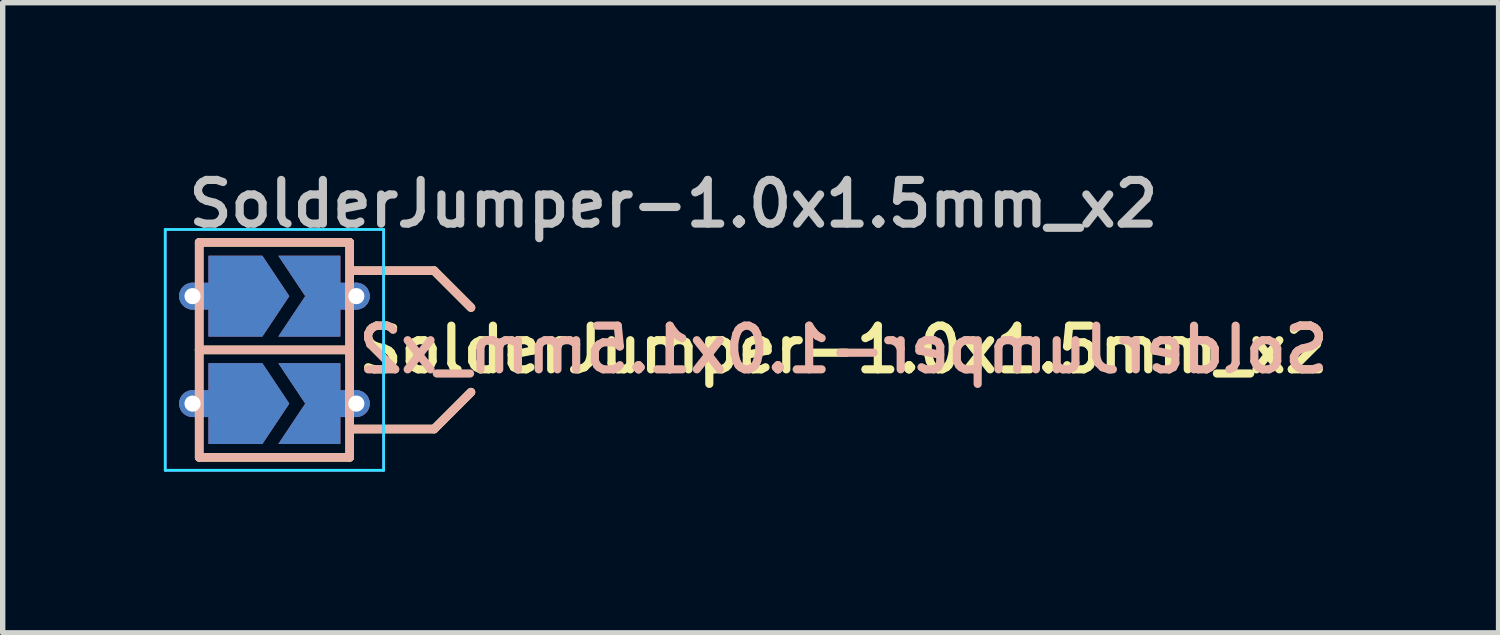
<source format=kicad_pcb>
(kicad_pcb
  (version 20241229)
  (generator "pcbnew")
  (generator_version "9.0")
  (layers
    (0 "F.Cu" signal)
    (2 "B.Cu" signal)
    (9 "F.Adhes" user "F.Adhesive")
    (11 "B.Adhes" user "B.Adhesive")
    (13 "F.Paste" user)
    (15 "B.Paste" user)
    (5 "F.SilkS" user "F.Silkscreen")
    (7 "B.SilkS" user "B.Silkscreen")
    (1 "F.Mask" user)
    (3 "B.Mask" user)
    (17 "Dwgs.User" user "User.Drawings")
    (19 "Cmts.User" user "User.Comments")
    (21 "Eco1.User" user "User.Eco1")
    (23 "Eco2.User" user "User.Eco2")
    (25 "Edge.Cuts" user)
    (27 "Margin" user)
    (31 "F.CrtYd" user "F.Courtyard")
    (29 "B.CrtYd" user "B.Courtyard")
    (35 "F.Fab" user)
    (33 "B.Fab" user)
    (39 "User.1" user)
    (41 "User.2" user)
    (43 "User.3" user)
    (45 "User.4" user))
  (footprint "SolderJumper-1.0x1.5mm_x2"
    (layer "F.Cu")
    (at 2.057 3.461)
    (property "Reference" "SolderJumper-1.0x1.5mm_x2" (at -1.676 -2.718 0) (layer "Dwgs.User") (effects (font (size 0.813 0.813) (thickness 0.152)) (justify left)))
    (property "Value" "SolderJumper-1.0x1.5mm_x2" (at 0 0 0) (layer "F.Fab") (hide yes) (effects (font (size 0.813 0.813) (thickness 0.152))))
    (attr exclude_from_pos_files exclude_from_bom)
    (fp_line (start -1.4 -2) (end 1.4 -2) (stroke (width 0.16) (type solid)) (layer "F.SilkS"))
    (fp_line (start -1.4 0) (end -1.4 -2) (stroke (width 0.16) (type solid)) (layer "F.SilkS"))
    (fp_line (start -1.4 0) (end 1.4 0) (stroke (width 0.16) (type solid)) (layer "F.SilkS"))
    (fp_line (start -1.4 2) (end -1.4 0) (stroke (width 0.16) (type solid)) (layer "F.SilkS"))
    (fp_line (start 1.4 -2) (end 1.4 0) (stroke (width 0.16) (type solid)) (layer "F.SilkS"))
    (fp_line (start 1.4 0) (end 1.4 2) (stroke (width 0.16) (type solid)) (layer "F.SilkS"))
    (fp_line (start 1.4 2) (end -1.4 2) (stroke (width 0.16) (type solid)) (layer "F.SilkS"))
    (fp_line (start 1.422 -1.473) (end 2.972 -1.473) (stroke (width 0.16) (type solid)) (layer "F.SilkS"))
    (fp_line (start 1.422 1.473) (end 2.972 1.473) (stroke (width 0.16) (type solid)) (layer "F.SilkS"))
    (fp_line (start 2.972 -1.473) (end 3.658 -0.787) (stroke (width 0.16) (type solid)) (layer "F.SilkS"))
    (fp_line (start 2.972 1.473) (end 3.658 0.787) (stroke (width 0.16) (type solid)) (layer "F.SilkS"))
    (fp_line (start -1.4 -2) (end 1.4 -2) (stroke (width 0.16) (type solid)) (layer "B.SilkS"))
    (fp_line (start -1.4 0) (end -1.4 -2) (stroke (width 0.16) (type solid)) (layer "B.SilkS"))
    (fp_line (start -1.4 0) (end 1.4 0) (stroke (width 0.16) (type solid)) (layer "B.SilkS"))
    (fp_line (start -1.4 2) (end -1.4 0) (stroke (width 0.16) (type solid)) (layer "B.SilkS"))
    (fp_line (start 1.4 -2) (end 1.4 0) (stroke (width 0.16) (type solid)) (layer "B.SilkS"))
    (fp_line (start 1.4 0) (end 1.4 2) (stroke (width 0.16) (type solid)) (layer "B.SilkS"))
    (fp_line (start 1.4 2) (end -1.4 2) (stroke (width 0.16) (type solid)) (layer "B.SilkS"))
    (fp_line (start 1.422 -1.473) (end 2.972 -1.473) (stroke (width 0.16) (type solid)) (layer "B.SilkS"))
    (fp_line (start 1.422 1.473) (end 2.972 1.473) (stroke (width 0.16) (type solid)) (layer "B.SilkS"))
    (fp_line (start 2.972 -1.473) (end 3.658 -0.787) (stroke (width 0.16) (type solid)) (layer "B.SilkS"))
    (fp_line (start 2.972 1.473) (end 3.658 0.787) (stroke (width 0.16) (type solid)) (layer "B.SilkS"))
    (fp_line (start -2.032 -2.241) (end -2.032 2.241) (stroke (width 0.05) (type solid)) (layer "B.CrtYd"))
    (fp_line (start -2.032 -2.241) (end 2.032 -2.241) (stroke (width 0.05) (type solid)) (layer "B.CrtYd"))
    (fp_line (start 2.032 2.241) (end -2.032 2.241) (stroke (width 0.05) (type solid)) (layer "B.CrtYd"))
    (fp_line (start 2.032 2.241) (end 2.032 -2.241) (stroke (width 0.05) (type solid)) (layer "B.CrtYd"))
    (fp_line (start -2.032 -2.241) (end -2.032 2.241) (stroke (width 0.05) (type solid)) (layer "F.CrtYd"))
    (fp_line (start -2.032 -2.241) (end 2.032 -2.241) (stroke (width 0.05) (type solid)) (layer "F.CrtYd"))
    (fp_line (start 2.032 2.241) (end -2.032 2.241) (stroke (width 0.05) (type solid)) (layer "F.CrtYd"))
    (fp_line (start 2.032 2.241) (end 2.032 -2.241) (stroke (width 0.05) (type solid)) (layer "F.CrtYd"))
    (fp_text user "${VALUE}" (at 1.489 -0.006 0) (layer "F.SilkS") (effects (font (size 0.813 0.813) (thickness 0.152)) (justify left)))
    (fp_text user "${VALUE}" (at 1.489 -0.006 0) (layer "B.SilkS") (effects (font (size 0.813 0.813) (thickness 0.152)) (justify right mirror)))
    (pad "1" thru_hole circle (at -1.524 -1) (size 0.5 0.5) (drill 0.3) (layers "*.Cu"))
    (pad "1" smd custom (at -0.725 -1) (size 0.3 0.3) (layers "F.Cu") (options (anchor rect)) (primitives (gr_poly (pts (xy -0.5 -0.75) (xy 0.5 -0.75) (xy 1 0) (xy 0.5 0.75) (xy -0.5 0.75)) (width 0) (fill yes)) (gr_line (start -0.799 0) (end -0.037 0) (width 0.5))))
    (pad "1" smd custom (at -0.725 -1) (size 0.3 0.3) (layers "F.Cu" "F.Mask") (options (anchor rect)) (primitives (gr_poly (pts (xy -0.5 -0.75) (xy 0.5 -0.75) (xy 1 0) (xy 0.5 0.75) (xy -0.5 0.75)) (width 0) (fill yes))))
    (pad "1" smd custom (at -0.725 -1) (size 0.3 0.3) (layers "B.Cu") (options (anchor rect)) (primitives (gr_poly (pts (xy -0.5 -0.75) (xy 0.5 -0.75) (xy 1 0) (xy 0.5 0.75) (xy -0.5 0.75)) (width 0) (fill yes)) (gr_line (start -0.799 0) (end -0.037 0) (width 0.5))))
    (pad "1" smd custom (at -0.725 -1) (size 0.3 0.3) (layers "B.Cu" "B.Mask") (options (anchor rect)) (primitives (gr_poly (pts (xy -0.5 -0.75) (xy 0.5 -0.75) (xy 1 0) (xy 0.5 0.75) (xy -0.5 0.75)) (width 0) (fill yes))))
    (pad "2" smd custom (at 0.725 -1) (size 0.3 0.3) (layers "F.Cu") (options (anchor rect)) (primitives (gr_poly (pts (xy -0.65 -0.75) (xy 0.5 -0.75) (xy 0.5 0.75) (xy -0.65 0.75) (xy -0.15 0)) (width 0) (fill yes)) (gr_line (start 0.799 0) (end 0.291 0) (width 0.5))))
    (pad "2" smd custom (at 0.725 -1) (size 0.3 0.3) (layers "F.Cu" "F.Mask") (options (anchor rect)) (primitives (gr_poly (pts (xy -0.65 -0.75) (xy 0.5 -0.75) (xy 0.5 0.75) (xy -0.65 0.75) (xy -0.15 0)) (width 0) (fill yes))))
    (pad "2" smd custom (at 0.725 -1) (size 0.3 0.3) (layers "B.Cu") (options (anchor rect)) (primitives (gr_poly (pts (xy -0.65 -0.75) (xy 0.5 -0.75) (xy 0.5 0.75) (xy -0.65 0.75) (xy -0.15 0)) (width 0) (fill yes)) (gr_line (start 0.799 0) (end 0.291 0) (width 0.5))))
    (pad "2" smd custom (at 0.725 -1) (size 0.3 0.3) (layers "B.Cu" "B.Mask") (options (anchor rect)) (primitives (gr_poly (pts (xy -0.65 -0.75) (xy 0.5 -0.75) (xy 0.5 0.75) (xy -0.65 0.75) (xy -0.15 0)) (width 0) (fill yes))))
    (pad "2" thru_hole circle (at 1.524 -1) (size 0.5 0.5) (drill 0.3) (layers "*.Cu"))
    (pad "3" thru_hole circle (at -1.524 1) (size 0.5 0.5) (drill 0.3) (layers "*.Cu"))
    (pad "3" smd custom (at -0.725 1) (size 0.3 0.3) (layers "F.Cu") (options (anchor rect)) (primitives (gr_poly (pts (xy -0.5 -0.75) (xy 0.5 -0.75) (xy 1 0) (xy 0.5 0.75) (xy -0.5 0.75)) (width 0) (fill yes)) (gr_line (start -0.799 0) (end -0.037 0) (width 0.5))))
    (pad "3" smd custom (at -0.725 1) (size 0.3 0.3) (layers "F.Cu" "F.Mask") (options (anchor rect)) (primitives (gr_poly (pts (xy -0.5 -0.75) (xy 0.5 -0.75) (xy 1 0) (xy 0.5 0.75) (xy -0.5 0.75)) (width 0) (fill yes))))
    (pad "3" smd custom (at -0.725 1) (size 0.3 0.3) (layers "B.Cu") (options (anchor rect)) (primitives (gr_poly (pts (xy -0.5 -0.75) (xy 0.5 -0.75) (xy 1 0) (xy 0.5 0.75) (xy -0.5 0.75)) (width 0) (fill yes)) (gr_line (start -0.799 0) (end -0.037 0) (width 0.5))))
    (pad "3" smd custom (at -0.725 1) (size 0.3 0.3) (layers "B.Cu" "B.Mask") (options (anchor rect)) (primitives (gr_poly (pts (xy -0.5 -0.75) (xy 0.5 -0.75) (xy 1 0) (xy 0.5 0.75) (xy -0.5 0.75)) (width 0) (fill yes))))
    (pad "4" smd custom (at 0.725 1) (size 0.3 0.3) (layers "F.Cu") (options (anchor rect)) (primitives (gr_poly (pts (xy -0.65 -0.75) (xy 0.5 -0.75) (xy 0.5 0.75) (xy -0.65 0.75) (xy -0.15 0)) (width 0) (fill yes)) (gr_line (start 0.799 0) (end 0.291 0) (width 0.5))))
    (pad "4" smd custom (at 0.725 1) (size 0.3 0.3) (layers "F.Cu" "F.Mask") (options (anchor rect)) (primitives (gr_poly (pts (xy -0.65 -0.75) (xy 0.5 -0.75) (xy 0.5 0.75) (xy -0.65 0.75) (xy -0.15 0)) (width 0) (fill yes))))
    (pad "4" smd custom (at 0.725 1) (size 0.3 0.3) (layers "B.Cu") (options (anchor rect)) (primitives (gr_poly (pts (xy -0.65 -0.75) (xy 0.5 -0.75) (xy 0.5 0.75) (xy -0.65 0.75) (xy -0.15 0)) (width 0) (fill yes)) (gr_line (start 0.799 0) (end 0.291 0) (width 0.5))))
    (pad "4" smd custom (at 0.725 1) (size 0.3 0.3) (layers "B.Cu" "B.Mask") (options (anchor rect)) (primitives (gr_poly (pts (xy -0.65 -0.75) (xy 0.5 -0.75) (xy 0.5 0.75) (xy -0.65 0.75) (xy -0.15 0)) (width 0) (fill yes))))
    (pad "4" thru_hole circle (at 1.524 1) (size 0.5 0.5) (drill 0.3) (layers "*.Cu")))
  (gr_rect
    (start -3 -3)
    (end 24.838 8.726)
    (stroke (width 0.1) (type default))
    (fill no)
    (layer "Edge.Cuts")))
</source>
